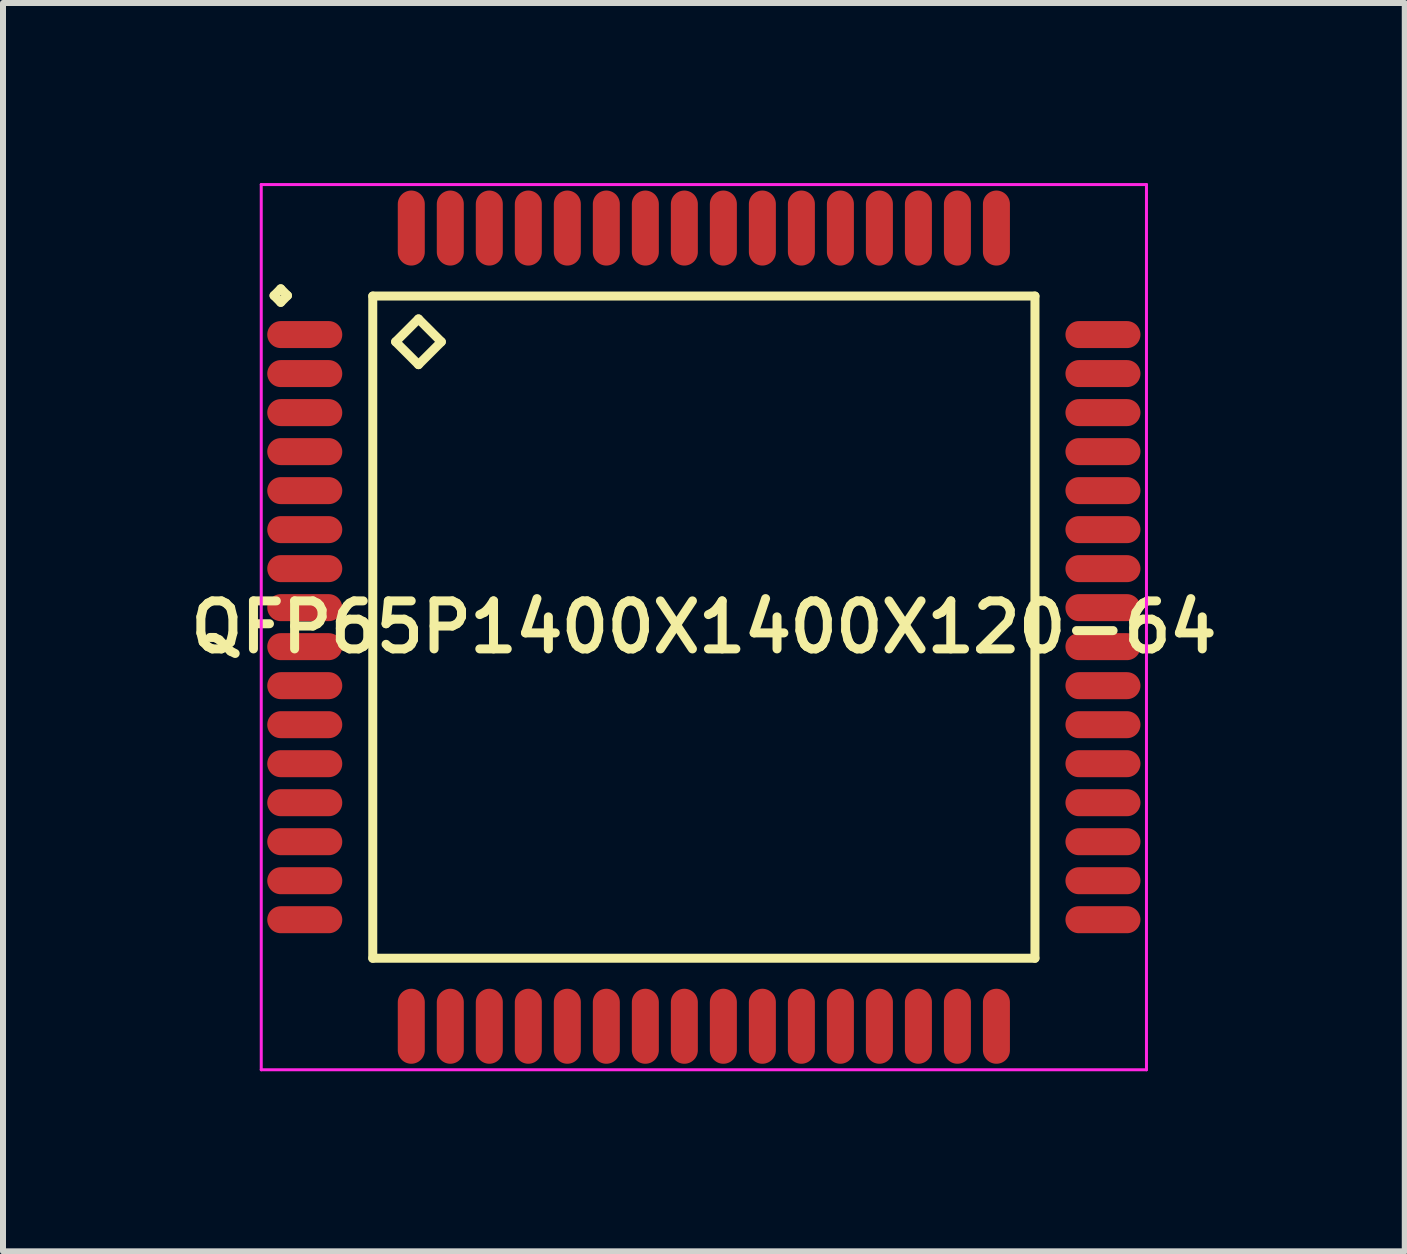
<source format=kicad_pcb>
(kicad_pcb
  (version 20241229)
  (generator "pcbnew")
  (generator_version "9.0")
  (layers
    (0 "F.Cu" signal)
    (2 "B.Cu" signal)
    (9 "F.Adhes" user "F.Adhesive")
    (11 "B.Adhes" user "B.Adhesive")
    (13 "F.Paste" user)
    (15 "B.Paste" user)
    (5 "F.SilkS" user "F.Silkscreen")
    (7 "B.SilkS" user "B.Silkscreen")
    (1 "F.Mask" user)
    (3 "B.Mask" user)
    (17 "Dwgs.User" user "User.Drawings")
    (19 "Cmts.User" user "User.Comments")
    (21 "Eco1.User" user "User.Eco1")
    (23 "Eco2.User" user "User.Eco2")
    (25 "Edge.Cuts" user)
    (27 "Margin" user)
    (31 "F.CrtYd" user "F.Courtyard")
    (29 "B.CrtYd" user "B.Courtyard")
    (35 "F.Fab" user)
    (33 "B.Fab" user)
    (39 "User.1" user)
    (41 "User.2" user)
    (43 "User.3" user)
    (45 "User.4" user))
  (footprint "QFP65P1400X1400X120-64"
    (layer "F.Cu")
    (at 8.678 7.4)
    (property "Reference" "QFP65P1400X1400X120-64" (at 0 0 0) (layer "F.SilkS") (effects (font (size 0.8 0.8) (thickness 0.15))))
    (attr smd)
    (fp_line (start -7.162 -5.525) (end -7.05 -5.638) (stroke (width 0.15) (type solid)) (layer "F.SilkS"))
    (fp_line (start -7.05 -5.638) (end -6.938 -5.525) (stroke (width 0.15) (type solid)) (layer "F.SilkS"))
    (fp_line (start -7.05 -5.412) (end -7.162 -5.525) (stroke (width 0.15) (type solid)) (layer "F.SilkS"))
    (fp_line (start -6.938 -5.525) (end -7.05 -5.412) (stroke (width 0.15) (type solid)) (layer "F.SilkS"))
    (fp_line (start -5.517 -5.517) (end -5.517 5.517) (stroke (width 0.15) (type solid)) (layer "F.SilkS"))
    (fp_line (start -5.517 5.517) (end 5.517 5.517) (stroke (width 0.15) (type solid)) (layer "F.SilkS"))
    (fp_line (start -5.136 -4.755) (end -4.755 -5.136) (stroke (width 0.15) (type solid)) (layer "F.SilkS"))
    (fp_line (start -4.755 -5.136) (end -4.374 -4.755) (stroke (width 0.15) (type solid)) (layer "F.SilkS"))
    (fp_line (start -4.755 -4.374) (end -5.136 -4.755) (stroke (width 0.15) (type solid)) (layer "F.SilkS"))
    (fp_line (start -4.374 -4.755) (end -4.755 -4.374) (stroke (width 0.15) (type solid)) (layer "F.SilkS"))
    (fp_line (start 5.517 -5.517) (end -5.517 -5.517) (stroke (width 0.15) (type solid)) (layer "F.SilkS"))
    (fp_line (start 5.517 5.517) (end 5.517 -5.517) (stroke (width 0.15) (type solid)) (layer "F.SilkS"))
    (fp_line (start -7.375 -7.375) (end 7.375 -7.375) (stroke (width 0.05) (type solid)) (layer "F.CrtYd"))
    (fp_line (start -7.375 7.375) (end -7.375 -7.375) (stroke (width 0.05) (type solid)) (layer "F.CrtYd"))
    (fp_line (start 7.375 -7.375) (end 7.375 7.375) (stroke (width 0.05) (type solid)) (layer "F.CrtYd"))
    (fp_line (start 7.375 7.375) (end -7.375 7.375) (stroke (width 0.05) (type solid)) (layer "F.CrtYd"))
    (pad "1" smd oval (at -6.65 -4.875) (size 1.25 0.45) (layers "F.Cu" "F.Mask" "F.Paste"))
    (pad "2" smd oval (at -6.65 -4.225) (size 1.25 0.45) (layers "F.Cu" "F.Mask" "F.Paste"))
    (pad "3" smd oval (at -6.65 -3.575) (size 1.25 0.45) (layers "F.Cu" "F.Mask" "F.Paste"))
    (pad "4" smd oval (at -6.65 -2.925) (size 1.25 0.45) (layers "F.Cu" "F.Mask" "F.Paste"))
    (pad "5" smd oval (at -6.65 -2.275) (size 1.25 0.45) (layers "F.Cu" "F.Mask" "F.Paste"))
    (pad "6" smd oval (at -6.65 -1.625) (size 1.25 0.45) (layers "F.Cu" "F.Mask" "F.Paste"))
    (pad "7" smd oval (at -6.65 -0.975) (size 1.25 0.45) (layers "F.Cu" "F.Mask" "F.Paste"))
    (pad "8" smd oval (at -6.65 -0.325) (size 1.25 0.45) (layers "F.Cu" "F.Mask" "F.Paste"))
    (pad "9" smd oval (at -6.65 0.325) (size 1.25 0.45) (layers "F.Cu" "F.Mask" "F.Paste"))
    (pad "10" smd oval (at -6.65 0.975) (size 1.25 0.45) (layers "F.Cu" "F.Mask" "F.Paste"))
    (pad "11" smd oval (at -6.65 1.625) (size 1.25 0.45) (layers "F.Cu" "F.Mask" "F.Paste"))
    (pad "12" smd oval (at -6.65 2.275) (size 1.25 0.45) (layers "F.Cu" "F.Mask" "F.Paste"))
    (pad "13" smd oval (at -6.65 2.925) (size 1.25 0.45) (layers "F.Cu" "F.Mask" "F.Paste"))
    (pad "14" smd oval (at -6.65 3.575) (size 1.25 0.45) (layers "F.Cu" "F.Mask" "F.Paste"))
    (pad "15" smd oval (at -6.65 4.225) (size 1.25 0.45) (layers "F.Cu" "F.Mask" "F.Paste"))
    (pad "16" smd oval (at -6.65 4.875) (size 1.25 0.45) (layers "F.Cu" "F.Mask" "F.Paste"))
    (pad "17" smd oval (at -4.875 6.65) (size 0.45 1.25) (layers "F.Cu" "F.Mask" "F.Paste"))
    (pad "18" smd oval (at -4.225 6.65) (size 0.45 1.25) (layers "F.Cu" "F.Mask" "F.Paste"))
    (pad "19" smd oval (at -3.575 6.65) (size 0.45 1.25) (layers "F.Cu" "F.Mask" "F.Paste"))
    (pad "20" smd oval (at -2.925 6.65) (size 0.45 1.25) (layers "F.Cu" "F.Mask" "F.Paste"))
    (pad "21" smd oval (at -2.275 6.65) (size 0.45 1.25) (layers "F.Cu" "F.Mask" "F.Paste"))
    (pad "22" smd oval (at -1.625 6.65) (size 0.45 1.25) (layers "F.Cu" "F.Mask" "F.Paste"))
    (pad "23" smd oval (at -0.975 6.65) (size 0.45 1.25) (layers "F.Cu" "F.Mask" "F.Paste"))
    (pad "24" smd oval (at -0.325 6.65) (size 0.45 1.25) (layers "F.Cu" "F.Mask" "F.Paste"))
    (pad "25" smd oval (at 0.325 6.65) (size 0.45 1.25) (layers "F.Cu" "F.Mask" "F.Paste"))
    (pad "26" smd oval (at 0.975 6.65) (size 0.45 1.25) (layers "F.Cu" "F.Mask" "F.Paste"))
    (pad "27" smd oval (at 1.625 6.65) (size 0.45 1.25) (layers "F.Cu" "F.Mask" "F.Paste"))
    (pad "28" smd oval (at 2.275 6.65) (size 0.45 1.25) (layers "F.Cu" "F.Mask" "F.Paste"))
    (pad "29" smd oval (at 2.925 6.65) (size 0.45 1.25) (layers "F.Cu" "F.Mask" "F.Paste"))
    (pad "30" smd oval (at 3.575 6.65) (size 0.45 1.25) (layers "F.Cu" "F.Mask" "F.Paste"))
    (pad "31" smd oval (at 4.225 6.65) (size 0.45 1.25) (layers "F.Cu" "F.Mask" "F.Paste"))
    (pad "32" smd oval (at 4.875 6.65) (size 0.45 1.25) (layers "F.Cu" "F.Mask" "F.Paste"))
    (pad "33" smd oval (at 6.65 4.875) (size 1.25 0.45) (layers "F.Cu" "F.Mask" "F.Paste"))
    (pad "34" smd oval (at 6.65 4.225) (size 1.25 0.45) (layers "F.Cu" "F.Mask" "F.Paste"))
    (pad "35" smd oval (at 6.65 3.575) (size 1.25 0.45) (layers "F.Cu" "F.Mask" "F.Paste"))
    (pad "36" smd oval (at 6.65 2.925) (size 1.25 0.45) (layers "F.Cu" "F.Mask" "F.Paste"))
    (pad "37" smd oval (at 6.65 2.275) (size 1.25 0.45) (layers "F.Cu" "F.Mask" "F.Paste"))
    (pad "38" smd oval (at 6.65 1.625) (size 1.25 0.45) (layers "F.Cu" "F.Mask" "F.Paste"))
    (pad "39" smd oval (at 6.65 0.975) (size 1.25 0.45) (layers "F.Cu" "F.Mask" "F.Paste"))
    (pad "40" smd oval (at 6.65 0.325) (size 1.25 0.45) (layers "F.Cu" "F.Mask" "F.Paste"))
    (pad "41" smd oval (at 6.65 -0.325) (size 1.25 0.45) (layers "F.Cu" "F.Mask" "F.Paste"))
    (pad "42" smd oval (at 6.65 -0.975) (size 1.25 0.45) (layers "F.Cu" "F.Mask" "F.Paste"))
    (pad "43" smd oval (at 6.65 -1.625) (size 1.25 0.45) (layers "F.Cu" "F.Mask" "F.Paste"))
    (pad "44" smd oval (at 6.65 -2.275) (size 1.25 0.45) (layers "F.Cu" "F.Mask" "F.Paste"))
    (pad "45" smd oval (at 6.65 -2.925) (size 1.25 0.45) (layers "F.Cu" "F.Mask" "F.Paste"))
    (pad "46" smd oval (at 6.65 -3.575) (size 1.25 0.45) (layers "F.Cu" "F.Mask" "F.Paste"))
    (pad "47" smd oval (at 6.65 -4.225) (size 1.25 0.45) (layers "F.Cu" "F.Mask" "F.Paste"))
    (pad "48" smd oval (at 6.65 -4.875) (size 1.25 0.45) (layers "F.Cu" "F.Mask" "F.Paste"))
    (pad "49" smd oval (at 4.875 -6.65) (size 0.45 1.25) (layers "F.Cu" "F.Mask" "F.Paste"))
    (pad "50" smd oval (at 4.225 -6.65) (size 0.45 1.25) (layers "F.Cu" "F.Mask" "F.Paste"))
    (pad "51" smd oval (at 3.575 -6.65) (size 0.45 1.25) (layers "F.Cu" "F.Mask" "F.Paste"))
    (pad "52" smd oval (at 2.925 -6.65) (size 0.45 1.25) (layers "F.Cu" "F.Mask" "F.Paste"))
    (pad "53" smd oval (at 2.275 -6.65) (size 0.45 1.25) (layers "F.Cu" "F.Mask" "F.Paste"))
    (pad "54" smd oval (at 1.625 -6.65) (size 0.45 1.25) (layers "F.Cu" "F.Mask" "F.Paste"))
    (pad "55" smd oval (at 0.975 -6.65) (size 0.45 1.25) (layers "F.Cu" "F.Mask" "F.Paste"))
    (pad "56" smd oval (at 0.325 -6.65) (size 0.45 1.25) (layers "F.Cu" "F.Mask" "F.Paste"))
    (pad "57" smd oval (at -0.325 -6.65) (size 0.45 1.25) (layers "F.Cu" "F.Mask" "F.Paste"))
    (pad "58" smd oval (at -0.975 -6.65) (size 0.45 1.25) (layers "F.Cu" "F.Mask" "F.Paste"))
    (pad "59" smd oval (at -1.625 -6.65) (size 0.45 1.25) (layers "F.Cu" "F.Mask" "F.Paste"))
    (pad "60" smd oval (at -2.275 -6.65) (size 0.45 1.25) (layers "F.Cu" "F.Mask" "F.Paste"))
    (pad "61" smd oval (at -2.925 -6.65) (size 0.45 1.25) (layers "F.Cu" "F.Mask" "F.Paste"))
    (pad "62" smd oval (at -3.575 -6.65) (size 0.45 1.25) (layers "F.Cu" "F.Mask" "F.Paste"))
    (pad "63" smd oval (at -4.225 -6.65) (size 0.45 1.25) (layers "F.Cu" "F.Mask" "F.Paste"))
    (pad "64" smd oval (at -4.875 -6.65) (size 0.45 1.25) (layers "F.Cu" "F.Mask" "F.Paste")))
  (gr_rect
    (start -3 -3)
    (end 20.357 17.8)
    (stroke (width 0.1) (type default))
    (fill no)
    (layer "Edge.Cuts")))
</source>
